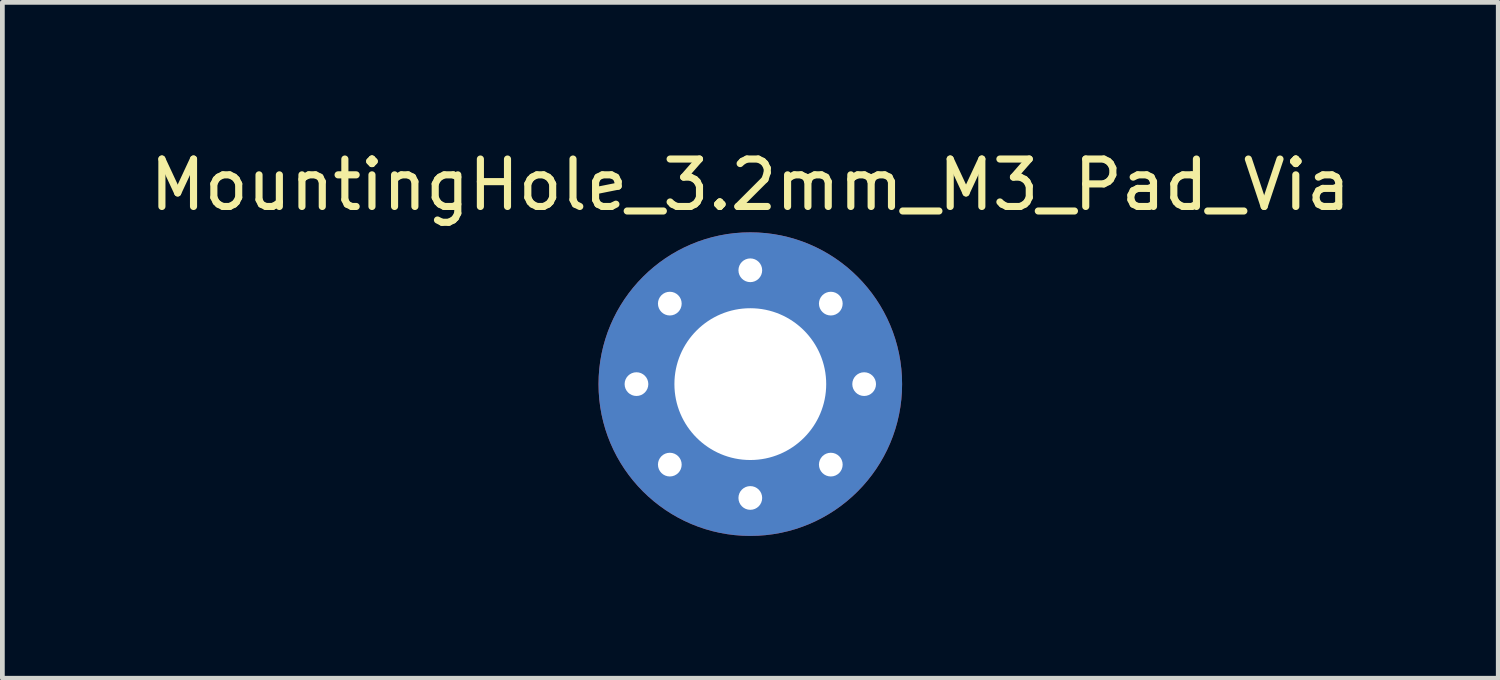
<source format=kicad_pcb>
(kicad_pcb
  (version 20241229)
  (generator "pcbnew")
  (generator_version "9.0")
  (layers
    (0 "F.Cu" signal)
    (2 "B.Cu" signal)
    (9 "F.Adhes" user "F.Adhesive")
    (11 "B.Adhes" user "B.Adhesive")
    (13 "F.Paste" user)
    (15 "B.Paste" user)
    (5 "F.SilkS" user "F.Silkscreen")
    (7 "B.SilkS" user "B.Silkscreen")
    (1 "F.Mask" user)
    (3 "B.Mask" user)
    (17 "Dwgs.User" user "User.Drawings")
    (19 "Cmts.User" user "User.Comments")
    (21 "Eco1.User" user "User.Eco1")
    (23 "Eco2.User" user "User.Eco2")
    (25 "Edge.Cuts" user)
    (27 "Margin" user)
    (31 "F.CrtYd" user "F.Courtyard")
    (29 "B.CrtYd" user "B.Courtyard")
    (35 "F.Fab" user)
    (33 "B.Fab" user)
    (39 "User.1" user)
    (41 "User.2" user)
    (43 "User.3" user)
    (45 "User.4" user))
  (footprint "MountingHole_3.2mm_M3_Pad_Via"
    (layer "F.Cu")
    (at 12.768 5.048)
    (property "Reference" "MountingHole_3.2mm_M3_Pad_Via" (at 0 -4.2 0) (layer "F.SilkS") (effects (font (size 1 1) (thickness 0.15))))
    (attr through_hole)
    (pad "" thru_hole circle (at -2.4 0) (size 0.6 0.6) (drill 0.5) (layers "*.Cu" "*.Mask"))
    (pad "" thru_hole circle (at -1.697 -1.697) (size 0.6 0.6) (drill 0.5) (layers "*.Cu" "*.Mask"))
    (pad "" thru_hole circle (at -1.697 1.697) (size 0.6 0.6) (drill 0.5) (layers "*.Cu" "*.Mask"))
    (pad "" thru_hole circle (at 0 -2.4) (size 0.6 0.6) (drill 0.5) (layers "*.Cu" "*.Mask"))
    (pad "" thru_hole circle (at 0 2.4) (size 0.6 0.6) (drill 0.5) (layers "*.Cu" "*.Mask"))
    (pad "" thru_hole circle (at 1.697 -1.697) (size 0.6 0.6) (drill 0.5) (layers "*.Cu" "*.Mask"))
    (pad "" thru_hole circle (at 1.697 1.697) (size 0.6 0.6) (drill 0.5) (layers "*.Cu" "*.Mask"))
    (pad "" thru_hole circle (at 2.4 0) (size 0.6 0.6) (drill 0.5) (layers "*.Cu" "*.Mask"))
    (pad "1" thru_hole circle (at 0 0) (size 6.4 6.4) (drill 3.2) (layers "*.Cu" "*.Mask")))
  (gr_rect
    (start -3 -3)
    (end 28.536 11.248)
    (stroke (width 0.1) (type default))
    (fill no)
    (layer "Edge.Cuts")))
</source>
